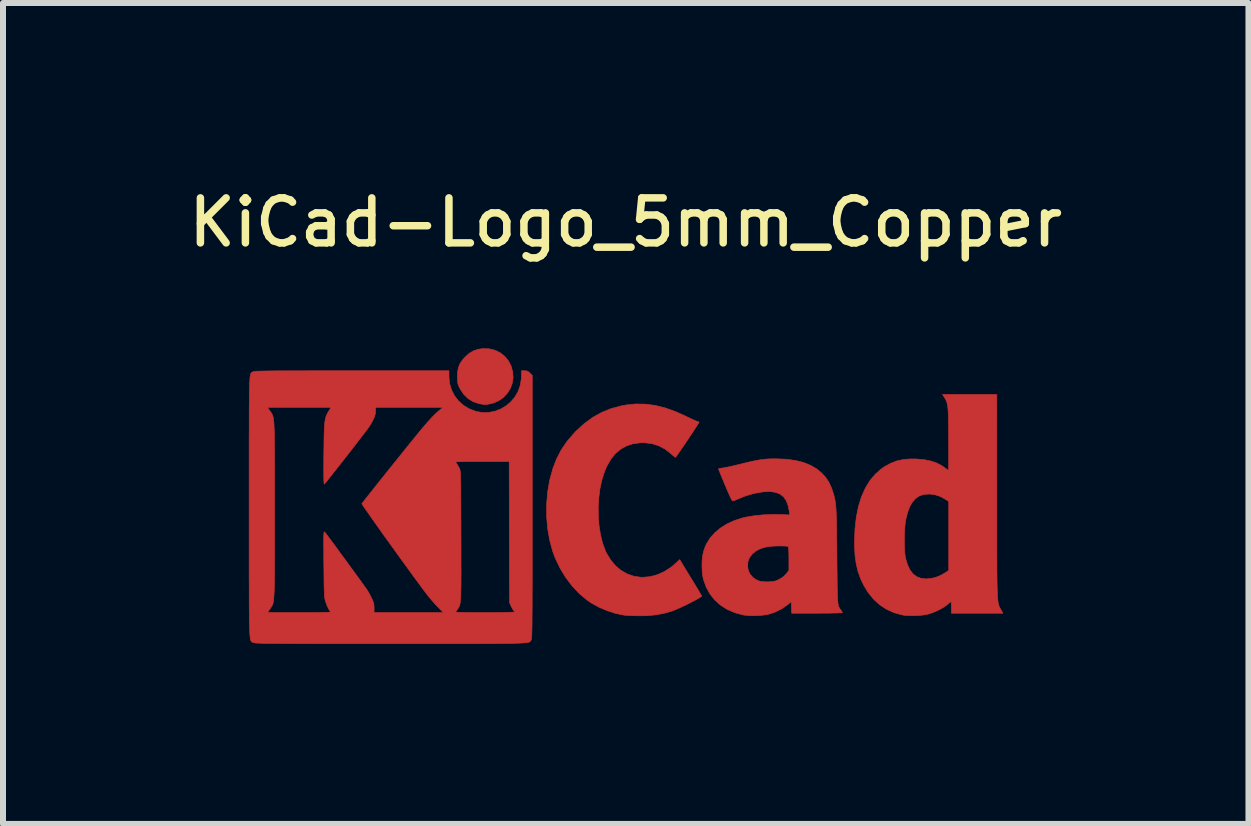
<source format=kicad_pcb>
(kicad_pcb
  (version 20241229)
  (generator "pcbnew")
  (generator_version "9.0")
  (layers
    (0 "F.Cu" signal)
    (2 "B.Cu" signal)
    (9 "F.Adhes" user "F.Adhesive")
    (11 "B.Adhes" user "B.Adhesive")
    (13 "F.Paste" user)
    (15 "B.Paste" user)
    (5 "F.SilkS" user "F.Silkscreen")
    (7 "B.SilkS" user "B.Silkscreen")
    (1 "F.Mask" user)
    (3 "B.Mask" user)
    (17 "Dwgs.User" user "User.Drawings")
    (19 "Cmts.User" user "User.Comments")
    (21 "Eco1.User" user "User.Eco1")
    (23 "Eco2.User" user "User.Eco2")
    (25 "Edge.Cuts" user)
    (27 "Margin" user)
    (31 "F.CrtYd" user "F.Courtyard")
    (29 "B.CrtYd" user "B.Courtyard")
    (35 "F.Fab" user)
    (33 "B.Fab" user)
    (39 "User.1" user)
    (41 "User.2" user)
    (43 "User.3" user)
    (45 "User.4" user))
  (footprint "KiCad-Logo_5mm_Copper"
    (layer "F.Cu")
    (at 7.38 5.738)
    (property "Reference" "KiCad-Logo_5mm_Copper" (at 0 -5.08 0) (layer "F.SilkS") (effects (font (size 0.75 0.75) (thickness 0.125))))
    (attr exclude_from_pos_files exclude_from_bom allow_missing_courtyard)
    (fp_poly (pts (xy -2.273 -2.973) (xy -2.177 -2.949) (xy -2.09 -2.906) (xy -2.015 -2.847) (xy -1.954 -2.772) (xy -1.909 -2.683) (xy -1.883 -2.586) (xy -1.877 -2.489) (xy -1.892 -2.395) (xy -1.926 -2.307) (xy -1.977 -2.228) (xy -2.042 -2.16) (xy -2.121 -2.106) (xy -2.212 -2.068) (xy -2.263 -2.056) (xy -2.308 -2.048) (xy -2.342 -2.045) (xy -2.375 -2.047) (xy -2.415 -2.054) (xy -2.449 -2.061) (xy -2.542 -2.092) (xy -2.626 -2.143) (xy -2.698 -2.213) (xy -2.756 -2.298) (xy -2.77 -2.326) (xy -2.787 -2.362) (xy -2.797 -2.392) (xy -2.802 -2.425) (xy -2.805 -2.466) (xy -2.805 -2.512) (xy -2.801 -2.596) (xy -2.787 -2.665) (xy -2.762 -2.726) (xy -2.723 -2.784) (xy -2.684 -2.829) (xy -2.612 -2.895) (xy -2.537 -2.94) (xy -2.455 -2.967) (xy -2.377 -2.977) (xy -2.273 -2.973)) (stroke (width 0.01) (type solid)) (fill yes) (layer "F.Cu"))
    (fp_poly (pts (xy 0.328 -2.051) (xy 0.489 -2.03) (xy 0.653 -1.99) (xy 0.822 -1.93) (xy 1 -1.851) (xy 1.011 -1.845) (xy 1.069 -1.817) (xy 1.121 -1.793) (xy 1.162 -1.775) (xy 1.19 -1.764) (xy 1.2 -1.761) (xy 1.219 -1.756) (xy 1.224 -1.752) (xy 1.218 -1.741) (xy 1.202 -1.715) (xy 1.177 -1.676) (xy 1.145 -1.626) (xy 1.107 -1.569) (xy 1.066 -1.507) (xy 1.023 -1.442) (xy 0.98 -1.379) (xy 0.939 -1.319) (xy 0.902 -1.265) (xy 0.871 -1.22) (xy 0.847 -1.186) (xy 0.832 -1.167) (xy 0.83 -1.165) (xy 0.82 -1.17) (xy 0.798 -1.187) (xy 0.767 -1.214) (xy 0.752 -1.228) (xy 0.655 -1.303) (xy 0.548 -1.359) (xy 0.433 -1.394) (xy 0.31 -1.408) (xy 0.241 -1.407) (xy 0.119 -1.39) (xy 0.01 -1.354) (xy -0.087 -1.299) (xy -0.174 -1.225) (xy -0.249 -1.131) (xy -0.314 -1.018) (xy -0.351 -0.931) (xy -0.395 -0.796) (xy -0.428 -0.648) (xy -0.448 -0.493) (xy -0.458 -0.333) (xy -0.456 -0.173) (xy -0.443 -0.016) (xy -0.419 0.133) (xy -0.384 0.271) (xy -0.338 0.395) (xy -0.322 0.429) (xy -0.253 0.543) (xy -0.173 0.64) (xy -0.081 0.718) (xy 0.02 0.777) (xy 0.13 0.816) (xy 0.247 0.834) (xy 0.289 0.835) (xy 0.41 0.824) (xy 0.531 0.791) (xy 0.649 0.737) (xy 0.762 0.663) (xy 0.854 0.585) (xy 0.9 0.54) (xy 1.081 0.837) (xy 1.127 0.911) (xy 1.168 0.98) (xy 1.204 1.039) (xy 1.233 1.088) (xy 1.254 1.124) (xy 1.265 1.144) (xy 1.266 1.147) (xy 1.258 1.157) (xy 1.233 1.174) (xy 1.193 1.197) (xy 1.142 1.225) (xy 1.084 1.255) (xy 1.021 1.287) (xy 0.958 1.318) (xy 0.896 1.346) (xy 0.839 1.371) (xy 0.791 1.391) (xy 0.768 1.399) (xy 0.634 1.437) (xy 0.496 1.462) (xy 0.349 1.475) (xy 0.222 1.477) (xy 0.154 1.476) (xy 0.088 1.474) (xy 0.031 1.471) (xy -0.013 1.468) (xy -0.027 1.466) (xy -0.166 1.438) (xy -0.307 1.392) (xy -0.445 1.334) (xy -0.572 1.264) (xy -0.649 1.211) (xy -0.777 1.103) (xy -0.895 0.977) (xy -1.002 0.835) (xy -1.095 0.681) (xy -1.173 0.518) (xy -1.217 0.401) (xy -1.267 0.217) (xy -1.301 0.023) (xy -1.318 -0.179) (xy -1.318 -0.382) (xy -1.301 -0.584) (xy -1.268 -0.781) (xy -1.217 -0.967) (xy -1.214 -0.978) (xy -1.151 -1.14) (xy -1.074 -1.288) (xy -0.981 -1.426) (xy -0.868 -1.558) (xy -0.825 -1.604) (xy -0.688 -1.728) (xy -0.549 -1.83) (xy -0.403 -1.912) (xy -0.249 -1.975) (xy -0.084 -2.02) (xy 0.011 -2.038) (xy 0.17 -2.054) (xy 0.328 -2.051)) (stroke (width 0.01) (type solid)) (fill yes) (layer "F.Cu"))
    (fp_poly (pts (xy 6.187 -0.528) (xy 6.187 -0.293) (xy 6.187 -0.08) (xy 6.187 0.112) (xy 6.187 0.285) (xy 6.187 0.441) (xy 6.188 0.579) (xy 6.188 0.701) (xy 6.189 0.808) (xy 6.19 0.901) (xy 6.192 0.982) (xy 6.194 1.051) (xy 6.196 1.11) (xy 6.198 1.159) (xy 6.202 1.2) (xy 6.205 1.234) (xy 6.21 1.262) (xy 6.214 1.285) (xy 6.22 1.304) (xy 6.226 1.321) (xy 6.233 1.335) (xy 6.24 1.349) (xy 6.249 1.364) (xy 6.254 1.373) (xy 6.288 1.434) (xy 5.43 1.434) (xy 5.43 1.338) (xy 5.429 1.294) (xy 5.427 1.261) (xy 5.424 1.243) (xy 5.423 1.242) (xy 5.412 1.249) (xy 5.389 1.267) (xy 5.366 1.286) (xy 5.312 1.327) (xy 5.242 1.368) (xy 5.165 1.405) (xy 5.088 1.435) (xy 5.057 1.445) (xy 4.989 1.46) (xy 4.906 1.47) (xy 4.816 1.475) (xy 4.728 1.474) (xy 4.649 1.469) (xy 4.612 1.463) (xy 4.473 1.425) (xy 4.346 1.367) (xy 4.23 1.29) (xy 4.127 1.195) (xy 4.036 1.081) (xy 3.969 0.97) (xy 3.914 0.854) (xy 3.872 0.734) (xy 3.842 0.608) (xy 3.823 0.472) (xy 3.815 0.32) (xy 3.814 0.243) (xy 3.816 0.186) (xy 4.645 0.186) (xy 4.645 0.279) (xy 4.648 0.367) (xy 4.654 0.444) (xy 4.662 0.505) (xy 4.665 0.517) (xy 4.697 0.625) (xy 4.738 0.712) (xy 4.79 0.779) (xy 4.853 0.826) (xy 4.926 0.853) (xy 5.011 0.862) (xy 5.107 0.851) (xy 5.17 0.835) (xy 5.219 0.817) (xy 5.274 0.791) (xy 5.314 0.767) (xy 5.385 0.721) (xy 5.385 -0.429) (xy 5.317 -0.473) (xy 5.239 -0.514) (xy 5.155 -0.541) (xy 5.07 -0.553) (xy 4.988 -0.549) (xy 4.915 -0.53) (xy 4.883 -0.515) (xy 4.826 -0.472) (xy 4.777 -0.415) (xy 4.735 -0.342) (xy 4.701 -0.252) (xy 4.672 -0.141) (xy 4.671 -0.135) (xy 4.66 -0.073) (xy 4.653 0.005) (xy 4.648 0.093) (xy 4.645 0.186) (xy 3.816 0.186) (xy 3.822 0.03) (xy 3.844 -0.166) (xy 3.88 -0.345) (xy 3.93 -0.506) (xy 3.994 -0.65) (xy 4.071 -0.777) (xy 4.163 -0.886) (xy 4.268 -0.977) (xy 4.314 -1.008) (xy 4.415 -1.064) (xy 4.518 -1.104) (xy 4.628 -1.128) (xy 4.749 -1.138) (xy 4.842 -1.137) (xy 4.971 -1.126) (xy 5.084 -1.104) (xy 5.183 -1.07) (xy 5.271 -1.024) (xy 5.32 -0.99) (xy 5.349 -0.968) (xy 5.371 -0.953) (xy 5.379 -0.948) (xy 5.381 -0.959) (xy 5.382 -0.99) (xy 5.383 -1.037) (xy 5.384 -1.1) (xy 5.384 -1.173) (xy 5.384 -1.256) (xy 5.384 -1.344) (xy 5.384 -1.436) (xy 5.383 -1.528) (xy 5.382 -1.618) (xy 5.381 -1.704) (xy 5.38 -1.781) (xy 5.379 -1.848) (xy 5.377 -1.902) (xy 5.375 -1.94) (xy 5.375 -1.947) (xy 5.367 -2.018) (xy 5.356 -2.073) (xy 5.338 -2.12) (xy 5.312 -2.166) (xy 5.305 -2.176) (xy 5.281 -2.213) (xy 6.186 -2.213) (xy 6.187 -0.528)) (stroke (width 0.01) (type solid)) (fill yes) (layer "F.Cu"))
    (fp_poly (pts (xy 2.674 -1.133) (xy 2.825 -1.113) (xy 2.961 -1.08) (xy 3.08 -1.032) (xy 3.185 -0.971) (xy 3.262 -0.907) (xy 3.331 -0.833) (xy 3.385 -0.753) (xy 3.428 -0.661) (xy 3.443 -0.618) (xy 3.456 -0.579) (xy 3.467 -0.543) (xy 3.477 -0.508) (xy 3.485 -0.472) (xy 3.492 -0.433) (xy 3.498 -0.39) (xy 3.503 -0.34) (xy 3.507 -0.283) (xy 3.51 -0.215) (xy 3.513 -0.136) (xy 3.515 -0.043) (xy 3.517 0.066) (xy 3.518 0.192) (xy 3.52 0.337) (xy 3.521 0.48) (xy 3.522 0.636) (xy 3.524 0.771) (xy 3.525 0.887) (xy 3.526 0.986) (xy 3.528 1.068) (xy 3.53 1.136) (xy 3.532 1.192) (xy 3.535 1.236) (xy 3.539 1.271) (xy 3.544 1.299) (xy 3.55 1.321) (xy 3.557 1.338) (xy 3.565 1.352) (xy 3.574 1.366) (xy 3.585 1.38) (xy 3.59 1.385) (xy 3.605 1.408) (xy 3.612 1.423) (xy 3.612 1.424) (xy 3.602 1.426) (xy 3.571 1.428) (xy 3.522 1.43) (xy 3.458 1.431) (xy 3.382 1.433) (xy 3.295 1.433) (xy 3.2 1.434) (xy 3.19 1.434) (xy 2.767 1.434) (xy 2.763 1.338) (xy 2.76 1.242) (xy 2.698 1.293) (xy 2.601 1.36) (xy 2.491 1.415) (xy 2.404 1.445) (xy 2.335 1.46) (xy 2.252 1.47) (xy 2.162 1.475) (xy 2.074 1.474) (xy 1.995 1.468) (xy 1.959 1.463) (xy 1.819 1.425) (xy 1.692 1.37) (xy 1.58 1.299) (xy 1.484 1.213) (xy 1.404 1.112) (xy 1.341 0.997) (xy 1.296 0.871) (xy 1.284 0.814) (xy 1.276 0.752) (xy 1.273 0.677) (xy 1.272 0.643) (xy 1.272 0.64) (xy 2.032 0.64) (xy 2.042 0.715) (xy 2.07 0.779) (xy 2.118 0.835) (xy 2.123 0.839) (xy 2.172 0.874) (xy 2.223 0.897) (xy 2.284 0.909) (xy 2.359 0.911) (xy 2.377 0.911) (xy 2.431 0.908) (xy 2.471 0.903) (xy 2.506 0.893) (xy 2.545 0.876) (xy 2.556 0.871) (xy 2.616 0.835) (xy 2.663 0.792) (xy 2.676 0.777) (xy 2.721 0.72) (xy 2.721 0.525) (xy 2.72 0.446) (xy 2.718 0.388) (xy 2.715 0.349) (xy 2.711 0.327) (xy 2.707 0.32) (xy 2.691 0.317) (xy 2.657 0.314) (xy 2.61 0.313) (xy 2.555 0.312) (xy 2.546 0.312) (xy 2.425 0.317) (xy 2.323 0.333) (xy 2.236 0.361) (xy 2.164 0.401) (xy 2.109 0.448) (xy 2.064 0.506) (xy 2.039 0.569) (xy 2.032 0.64) (xy 1.272 0.64) (xy 1.274 0.55) (xy 1.283 0.471) (xy 1.299 0.4) (xy 1.324 0.329) (xy 1.348 0.276) (xy 1.407 0.181) (xy 1.485 0.093) (xy 1.58 0.014) (xy 1.69 -0.055) (xy 1.813 -0.111) (xy 1.945 -0.154) (xy 2.009 -0.169) (xy 2.146 -0.191) (xy 2.294 -0.206) (xy 2.446 -0.212) (xy 2.572 -0.211) (xy 2.734 -0.204) (xy 2.727 -0.263) (xy 2.707 -0.362) (xy 2.676 -0.443) (xy 2.632 -0.506) (xy 2.575 -0.551) (xy 2.503 -0.58) (xy 2.416 -0.594) (xy 2.313 -0.591) (xy 2.275 -0.587) (xy 2.134 -0.562) (xy 1.997 -0.521) (xy 1.902 -0.483) (xy 1.857 -0.464) (xy 1.819 -0.448) (xy 1.792 -0.439) (xy 1.785 -0.437) (xy 1.775 -0.446) (xy 1.758 -0.475) (xy 1.734 -0.524) (xy 1.703 -0.594) (xy 1.665 -0.684) (xy 1.658 -0.7) (xy 1.628 -0.772) (xy 1.601 -0.838) (xy 1.578 -0.893) (xy 1.561 -0.936) (xy 1.55 -0.963) (xy 1.547 -0.972) (xy 1.557 -0.977) (xy 1.583 -0.982) (xy 1.611 -0.986) (xy 1.642 -0.991) (xy 1.689 -1) (xy 1.751 -1.013) (xy 1.821 -1.029) (xy 1.896 -1.047) (xy 1.925 -1.054) (xy 2.03 -1.08) (xy 2.117 -1.1) (xy 2.192 -1.115) (xy 2.258 -1.126) (xy 2.319 -1.133) (xy 2.381 -1.138) (xy 2.446 -1.14) (xy 2.504 -1.14) (xy 2.674 -1.133)) (stroke (width 0.01) (type solid)) (fill yes) (layer "F.Cu"))
    (fp_poly (pts (xy -2.946 -2.511) (xy -2.936 -2.397) (xy -2.904 -2.289) (xy -2.853 -2.19) (xy -2.784 -2.102) (xy -2.699 -2.027) (xy -2.602 -1.97) (xy -2.496 -1.93) (xy -2.389 -1.911) (xy -2.283 -1.913) (xy -2.181 -1.932) (xy -2.085 -1.969) (xy -1.996 -2.021) (xy -1.917 -2.087) (xy -1.849 -2.167) (xy -1.796 -2.258) (xy -1.759 -2.359) (xy -1.74 -2.47) (xy -1.738 -2.52) (xy -1.738 -2.608) (xy -1.687 -2.608) (xy -1.65 -2.605) (xy -1.623 -2.593) (xy -1.596 -2.569) (xy -1.558 -2.531) (xy -1.558 -0.339) (xy -1.558 -0.077) (xy -1.558 0.163) (xy -1.558 0.383) (xy -1.558 0.583) (xy -1.558 0.764) (xy -1.558 0.928) (xy -1.559 1.074) (xy -1.559 1.205) (xy -1.559 1.32) (xy -1.56 1.421) (xy -1.561 1.509) (xy -1.561 1.585) (xy -1.562 1.65) (xy -1.563 1.704) (xy -1.564 1.749) (xy -1.565 1.786) (xy -1.567 1.815) (xy -1.568 1.837) (xy -1.57 1.854) (xy -1.572 1.866) (xy -1.574 1.874) (xy -1.576 1.88) (xy -1.577 1.882) (xy -1.581 1.889) (xy -1.585 1.895) (xy -1.589 1.901) (xy -1.594 1.906) (xy -1.601 1.911) (xy -1.611 1.916) (xy -1.625 1.92) (xy -1.645 1.923) (xy -1.669 1.926) (xy -1.701 1.929) (xy -1.741 1.931) (xy -1.789 1.934) (xy -1.846 1.935) (xy -1.914 1.937) (xy -1.994 1.938) (xy -2.085 1.939) (xy -2.19 1.94) (xy -2.309 1.94) (xy -2.443 1.941) (xy -2.593 1.941) (xy -2.76 1.941) (xy -2.945 1.942) (xy -3.149 1.942) (xy -3.372 1.942) (xy -3.616 1.941) (xy -3.881 1.941) (xy -3.92 1.941) (xy -4.187 1.941) (xy -4.432 1.941) (xy -4.657 1.941) (xy -4.861 1.941) (xy -5.047 1.941) (xy -5.215 1.941) (xy -5.366 1.94) (xy -5.501 1.94) (xy -5.62 1.939) (xy -5.725 1.939) (xy -5.817 1.938) (xy -5.896 1.938) (xy -5.964 1.937) (xy -6.021 1.936) (xy -6.069 1.935) (xy -6.107 1.933) (xy -6.138 1.932) (xy -6.162 1.931) (xy -6.18 1.929) (xy -6.192 1.927) (xy -6.201 1.925) (xy -6.205 1.923) (xy -6.214 1.92) (xy -6.221 1.917) (xy -6.229 1.915) (xy -6.235 1.911) (xy -6.241 1.906) (xy -6.246 1.897) (xy -6.251 1.885) (xy -6.255 1.869) (xy -6.259 1.846) (xy -6.262 1.818) (xy -6.265 1.781) (xy -6.268 1.737) (xy -6.27 1.683) (xy -6.271 1.618) (xy -6.273 1.543) (xy -6.274 1.455) (xy -6.275 1.354) (xy -6.276 1.239) (xy -6.276 1.11) (xy -6.276 0.964) (xy -6.277 0.802) (xy -6.277 0.621) (xy -6.277 0.422) (xy -6.277 0.204) (xy -6.277 -0.035) (xy -6.277 -0.296) (xy -6.277 -0.338) (xy -6.277 -0.601) (xy -6.277 -0.842) (xy -6.277 -1.063) (xy -6.277 -1.264) (xy -6.277 -1.446) (xy -6.276 -1.61) (xy -6.276 -1.757) (xy -6.276 -1.888) (xy -6.275 -1.998) (xy -5.972 -1.998) (xy -5.932 -1.94) (xy -5.921 -1.925) (xy -5.911 -1.911) (xy -5.902 -1.897) (xy -5.894 -1.883) (xy -5.887 -1.868) (xy -5.881 -1.849) (xy -5.875 -1.826) (xy -5.871 -1.798) (xy -5.867 -1.764) (xy -5.863 -1.722) (xy -5.861 -1.67) (xy -5.858 -1.609) (xy -5.857 -1.537) (xy -5.855 -1.452) (xy -5.855 -1.354) (xy -5.854 -1.24) (xy -5.853 -1.111) (xy -5.853 -0.965) (xy -5.853 -0.8) (xy -5.853 -0.616) (xy -5.853 -0.41) (xy -5.853 -0.288) (xy -5.853 -0.071) (xy -5.853 0.125) (xy -5.853 0.3) (xy -5.853 0.456) (xy -5.854 0.595) (xy -5.854 0.717) (xy -5.855 0.823) (xy -5.856 0.915) (xy -5.857 0.994) (xy -5.859 1.062) (xy -5.862 1.118) (xy -5.865 1.165) (xy -5.868 1.204) (xy -5.872 1.235) (xy -5.877 1.261) (xy -5.883 1.282) (xy -5.89 1.299) (xy -5.897 1.314) (xy -5.906 1.327) (xy -5.915 1.341) (xy -5.925 1.356) (xy -5.932 1.365) (xy -5.97 1.422) (xy -5.439 1.422) (xy -5.315 1.422) (xy -5.213 1.422) (xy -5.129 1.422) (xy -5.063 1.421) (xy -5.012 1.42) (xy -4.974 1.419) (xy -4.948 1.417) (xy -4.932 1.415) (xy -4.923 1.412) (xy -4.921 1.408) (xy -4.923 1.404) (xy -4.925 1.403) (xy -4.95 1.366) (xy -4.976 1.313) (xy -4.999 1.251) (xy -5.007 1.224) (xy -5.012 1.206) (xy -5.016 1.185) (xy -5.019 1.159) (xy -5.022 1.126) (xy -5.024 1.083) (xy -5.026 1.028) (xy -5.028 0.96) (xy -5.029 0.877) (xy -5.03 0.775) (xy -5.031 0.654) (xy -5.032 0.61) (xy -5.033 0.484) (xy -5.033 0.38) (xy -5.034 0.295) (xy -5.034 0.227) (xy -5.034 0.174) (xy -5.033 0.135) (xy -5.031 0.107) (xy -5.029 0.09) (xy -5.027 0.081) (xy -5.023 0.078) (xy -5.019 0.08) (xy -5.015 0.085) (xy -5.004 0.098) (xy -4.982 0.127) (xy -4.95 0.17) (xy -4.909 0.225) (xy -4.861 0.289) (xy -4.808 0.362) (xy -4.751 0.44) (xy -4.691 0.521) (xy -4.631 0.603) (xy -4.572 0.685) (xy -4.514 0.763) (xy -4.461 0.836) (xy -4.413 0.902) (xy -4.373 0.959) (xy -4.341 1.004) (xy -4.318 1.035) (xy -4.314 1.041) (xy -4.291 1.078) (xy -4.264 1.126) (xy -4.239 1.176) (xy -4.236 1.183) (xy -4.214 1.231) (xy -4.201 1.268) (xy -4.196 1.304) (xy -4.194 1.346) (xy -4.195 1.422) (xy -3.041 1.422) (xy -3.132 1.329) (xy -3.179 1.279) (xy -3.229 1.222) (xy -3.275 1.168) (xy -3.295 1.143) (xy -3.326 1.103) (xy -3.366 1.05) (xy -3.414 0.985) (xy -3.47 0.909) (xy -3.532 0.825) (xy -3.599 0.733) (xy -3.669 0.636) (xy -3.743 0.535) (xy -3.817 0.432) (xy -3.892 0.328) (xy -3.966 0.225) (xy -4.038 0.125) (xy -4.106 0.029) (xy -4.17 -0.061) (xy -4.229 -0.144) (xy -4.28 -0.218) (xy -4.324 -0.28) (xy -4.359 -0.33) (xy -4.383 -0.367) (xy -4.396 -0.387) (xy -4.398 -0.391) (xy -4.39 -0.403) (xy -4.369 -0.43) (xy -4.337 -0.471) (xy -4.294 -0.525) (xy -4.243 -0.589) (xy -4.185 -0.663) (xy -4.12 -0.744) (xy -4.051 -0.831) (xy -3.979 -0.921) (xy -3.904 -1.014) (xy -3.845 -1.088) (xy -2.834 -1.088) (xy -2.828 -1.075) (xy -2.813 -1.053) (xy -2.812 -1.052) (xy -2.793 -1.021) (xy -2.774 -0.985) (xy -2.77 -0.976) (xy -2.766 -0.968) (xy -2.763 -0.958) (xy -2.76 -0.945) (xy -2.758 -0.927) (xy -2.756 -0.904) (xy -2.754 -0.873) (xy -2.753 -0.833) (xy -2.751 -0.784) (xy -2.75 -0.723) (xy -2.749 -0.649) (xy -2.749 -0.561) (xy -2.748 -0.457) (xy -2.747 -0.337) (xy -2.747 -0.198) (xy -2.746 -0.039) (xy -2.746 0.14) (xy -2.745 0.325) (xy -2.745 0.489) (xy -2.745 0.633) (xy -2.744 0.759) (xy -2.745 0.868) (xy -2.745 0.961) (xy -2.747 1.04) (xy -2.748 1.106) (xy -2.75 1.161) (xy -2.753 1.206) (xy -2.757 1.242) (xy -2.761 1.271) (xy -2.766 1.295) (xy -2.772 1.313) (xy -2.779 1.329) (xy -2.787 1.344) (xy -2.797 1.358) (xy -2.805 1.37) (xy -2.822 1.396) (xy -2.832 1.414) (xy -2.834 1.417) (xy -2.823 1.418) (xy -2.791 1.419) (xy -2.742 1.42) (xy -2.677 1.421) (xy -2.599 1.422) (xy -2.51 1.422) (xy -2.411 1.422) (xy -2.342 1.422) (xy -2.237 1.422) (xy -2.141 1.422) (xy -2.054 1.421) (xy -1.98 1.419) (xy -1.921 1.418) (xy -1.879 1.416) (xy -1.855 1.414) (xy -1.851 1.412) (xy -1.859 1.398) (xy -1.867 1.39) (xy -1.88 1.372) (xy -1.897 1.342) (xy -1.909 1.318) (xy -1.936 1.259) (xy -1.939 0.082) (xy -1.942 -1.095) (xy -2.388 -1.095) (xy -2.486 -1.095) (xy -2.576 -1.094) (xy -2.657 -1.094) (xy -2.725 -1.093) (xy -2.779 -1.092) (xy -2.815 -1.09) (xy -2.833 -1.089) (xy -2.834 -1.088) (xy -3.845 -1.088) (xy -3.829 -1.107) (xy -3.755 -1.199) (xy -3.683 -1.289) (xy -3.615 -1.374) (xy -3.551 -1.452) (xy -3.494 -1.523) (xy -3.444 -1.584) (xy -3.403 -1.633) (xy -3.386 -1.654) (xy -3.3 -1.754) (xy -3.223 -1.838) (xy -3.154 -1.906) (xy -3.091 -1.96) (xy -3.082 -1.967) (xy -3.042 -1.998) (xy -4.174 -1.998) (xy -4.169 -1.95) (xy -4.172 -1.893) (xy -4.194 -1.825) (xy -4.234 -1.745) (xy -4.279 -1.673) (xy -4.295 -1.65) (xy -4.323 -1.612) (xy -4.361 -1.562) (xy -4.408 -1.501) (xy -4.462 -1.432) (xy -4.52 -1.356) (xy -4.582 -1.276) (xy -4.646 -1.194) (xy -4.71 -1.112) (xy -4.773 -1.032) (xy -4.832 -0.957) (xy -4.887 -0.888) (xy -4.935 -0.828) (xy -4.974 -0.778) (xy -5.004 -0.742) (xy -5.022 -0.72) (xy -5.025 -0.717) (xy -5.028 -0.725) (xy -5.03 -0.755) (xy -5.032 -0.807) (xy -5.033 -0.881) (xy -5.033 -0.977) (xy -5.033 -1.094) (xy -5.032 -1.214) (xy -5.03 -1.346) (xy -5.029 -1.457) (xy -5.027 -1.551) (xy -5.024 -1.629) (xy -5.021 -1.692) (xy -5.016 -1.745) (xy -5.009 -1.788) (xy -5.002 -1.823) (xy -4.992 -1.854) (xy -4.98 -1.882) (xy -4.965 -1.91) (xy -4.95 -1.935) (xy -4.912 -1.998) (xy -5.972 -1.998) (xy -6.275 -1.998) (xy -6.275 -2.004) (xy -6.274 -2.106) (xy -6.273 -2.195) (xy -6.272 -2.272) (xy -6.27 -2.337) (xy -6.269 -2.393) (xy -6.266 -2.438) (xy -6.264 -2.475) (xy -6.261 -2.505) (xy -6.258 -2.528) (xy -6.254 -2.546) (xy -6.25 -2.559) (xy -6.245 -2.568) (xy -6.24 -2.574) (xy -6.234 -2.579) (xy -6.228 -2.582) (xy -6.222 -2.586) (xy -6.216 -2.589) (xy -6.21 -2.592) (xy -6.202 -2.594) (xy -6.19 -2.596) (xy -6.173 -2.598) (xy -6.149 -2.6) (xy -6.118 -2.601) (xy -6.079 -2.602) (xy -6.03 -2.603) (xy -5.971 -2.604) (xy -5.899 -2.605) (xy -5.815 -2.606) (xy -5.718 -2.606) (xy -5.605 -2.607) (xy -5.476 -2.607) (xy -5.33 -2.607) (xy -5.166 -2.608) (xy -4.982 -2.608) (xy -4.778 -2.608) (xy -4.567 -2.608) (xy -2.946 -2.608) (xy -2.946 -2.511)) (stroke (width 0.01) (type solid)) (fill yes) (layer "F.Cu")))
  (gr_rect
    (start -3 -3)
    (end 17.761 10.685)
    (stroke (width 0.1) (type default))
    (fill no)
    (layer "Edge.Cuts")))
</source>
